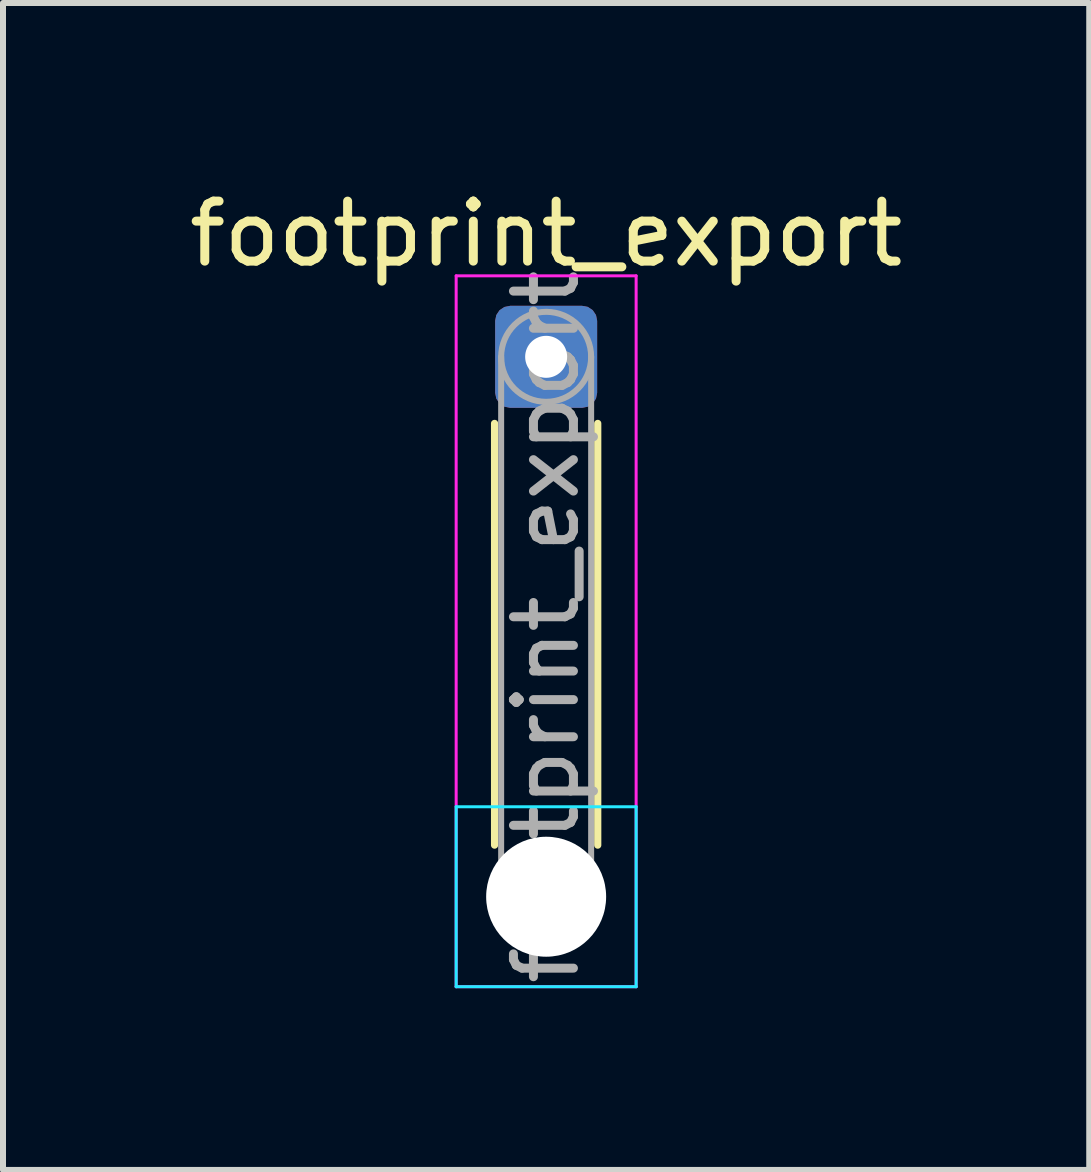
<source format=kicad_pcb>
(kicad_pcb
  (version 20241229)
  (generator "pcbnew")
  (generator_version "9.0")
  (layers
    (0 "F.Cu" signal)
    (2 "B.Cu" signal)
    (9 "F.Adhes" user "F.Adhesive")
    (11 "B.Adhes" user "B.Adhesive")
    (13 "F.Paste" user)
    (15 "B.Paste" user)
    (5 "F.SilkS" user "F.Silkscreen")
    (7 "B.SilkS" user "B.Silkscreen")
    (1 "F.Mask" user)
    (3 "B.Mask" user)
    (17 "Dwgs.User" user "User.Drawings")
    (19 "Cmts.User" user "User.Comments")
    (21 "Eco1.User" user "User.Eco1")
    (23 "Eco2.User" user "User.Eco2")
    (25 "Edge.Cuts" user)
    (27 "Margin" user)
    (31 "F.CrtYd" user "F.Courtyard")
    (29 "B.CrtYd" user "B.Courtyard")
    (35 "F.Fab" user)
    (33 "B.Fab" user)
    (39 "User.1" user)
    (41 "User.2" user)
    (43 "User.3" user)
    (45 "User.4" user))
  (footprint "footprint_export"
    (layer "F.Cu")
    (at 6.054 2.898)
    (property "Reference" "footprint_export" (at 0 -2.05 0) (layer "F.SilkS") (effects (font (size 1 1) (thickness 0.15))))
    (attr exclude_from_pos_files exclude_from_bom)
    (fp_line (start -0.86 1.11) (end -0.86 8.14) (stroke (width 0.12) (type solid)) (layer "F.SilkS"))
    (fp_line (start 0.86 1.11) (end 0.86 8.14) (stroke (width 0.12) (type solid)) (layer "F.SilkS"))
    (fp_line (start -1.5 7.5) (end -1.5 10.5) (stroke (width 0.05) (type solid)) (layer "B.CrtYd"))
    (fp_line (start -1.5 10.5) (end 1.5 10.5) (stroke (width 0.05) (type solid)) (layer "B.CrtYd"))
    (fp_line (start 1.5 7.5) (end -1.5 7.5) (stroke (width 0.05) (type solid)) (layer "B.CrtYd"))
    (fp_line (start 1.5 10.5) (end 1.5 7.5) (stroke (width 0.05) (type solid)) (layer "B.CrtYd"))
    (fp_line (start -1.5 -1.35) (end -1.5 10.5) (stroke (width 0.05) (type solid)) (layer "F.CrtYd"))
    (fp_line (start -1.5 10.5) (end 1.5 10.5) (stroke (width 0.05) (type solid)) (layer "F.CrtYd"))
    (fp_line (start 1.5 -1.35) (end -1.5 -1.35) (stroke (width 0.05) (type solid)) (layer "F.CrtYd"))
    (fp_line (start 1.5 10.5) (end 1.5 -1.35) (stroke (width 0.05) (type solid)) (layer "F.CrtYd"))
    (fp_line (start -0.75 0) (end -0.75 9) (stroke (width 0.1) (type solid)) (layer "F.Fab"))
    (fp_line (start 0.75 0) (end 0.75 9) (stroke (width 0.1) (type solid)) (layer "F.Fab"))
    (fp_circle (center 0 0) (end 0.75 0) (stroke (width 0.1) (type solid)) (fill no) (layer "F.Fab"))
    (fp_circle (center 0 9) (end 0.75 9) (stroke (width 0.1) (type solid)) (fill no) (layer "F.Fab"))
    (fp_text user "${REFERENCE}" (at 0 4.5 90) (layer "F.Fab") (effects (font (size 1 1) (thickness 0.15))))
    (pad "" np_thru_hole circle (at 0 9) (size 2 2) (drill 2) (layers "*.Cu" "*.Mask"))
    (pad "1" thru_hole roundrect (at 0 0) (size 1.7 1.7) (drill 0.7) (layers "*.Cu" "*.Mask") (roundrect_rratio 0.147)))
  (gr_rect
    (start -3 -3)
    (end 15.107 16.452)
    (stroke (width 0.1) (type default))
    (fill no)
    (layer "Edge.Cuts")))
</source>
